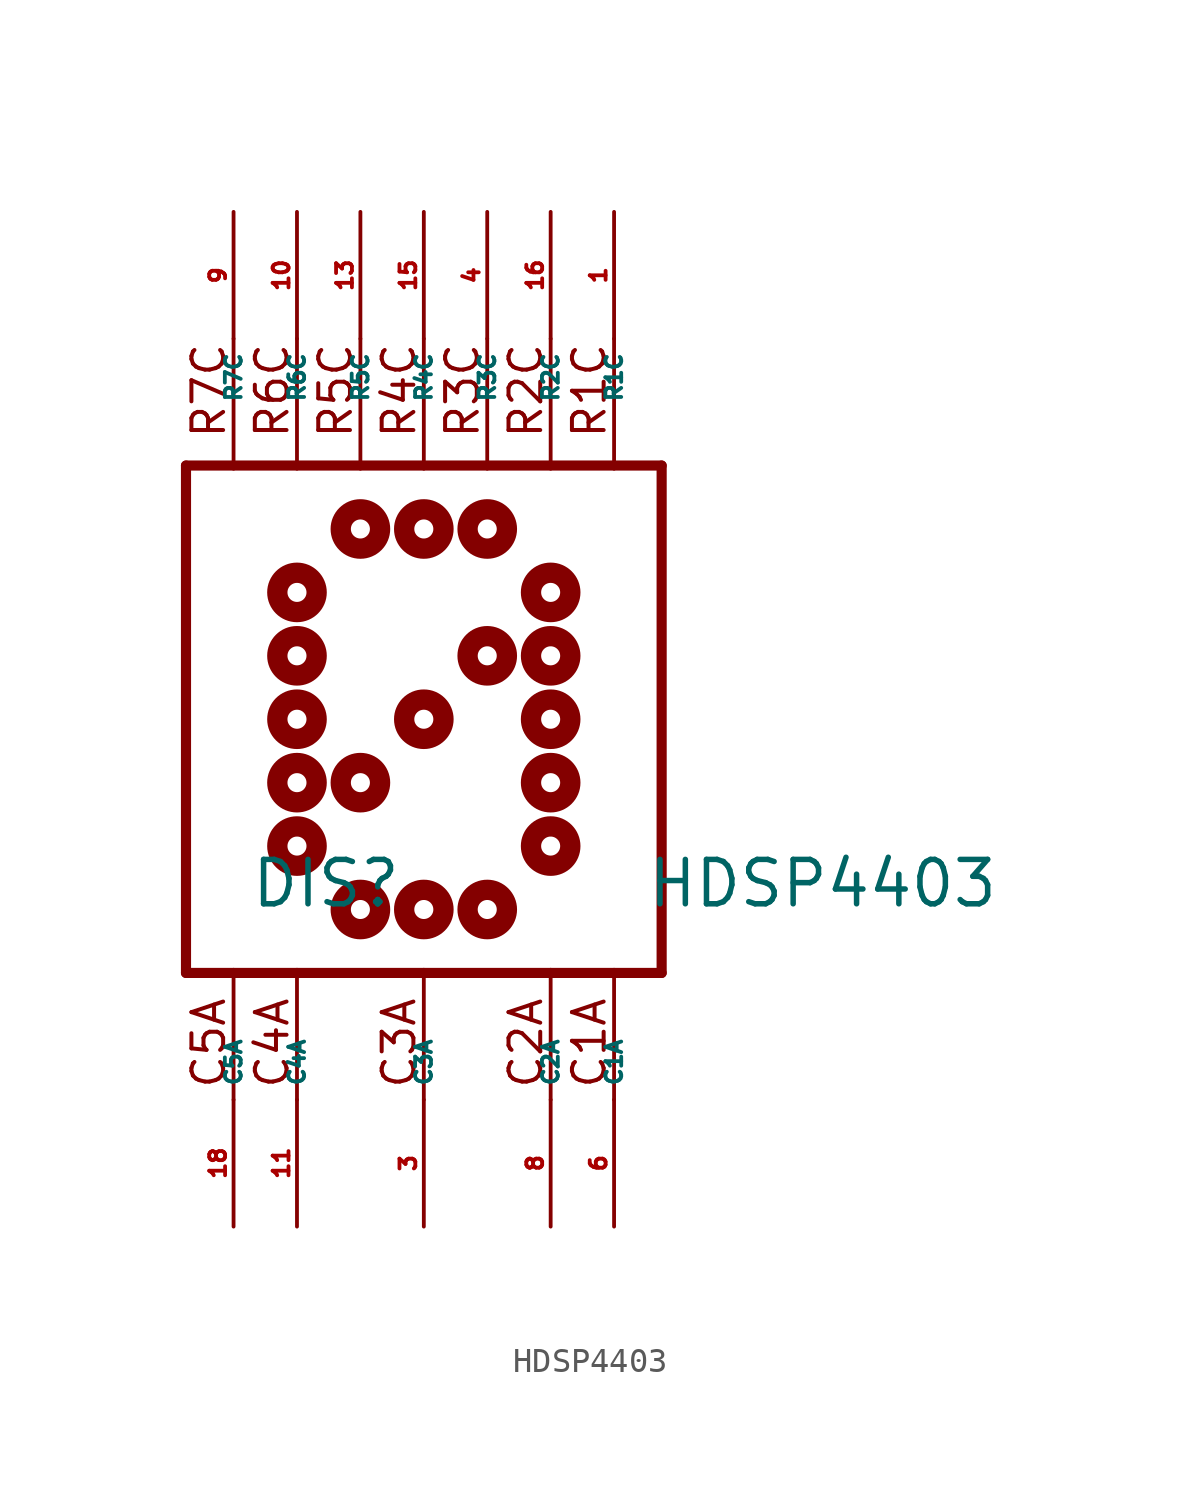
<source format=kicad_sym>
(kicad_symbol_lib
  (version 20220914)
  (generator Eagle2Kicad)
  (symbol "HDSP4403"
    (property "Reference" "DIS"
      (at -6.985 -7.62 0)
      (effects (font (size 1.778 1.778) (thickness 0.22)) (justify left bottom)))
    (property "Value" "HDSP4403"
      (at 8.89 -7.62 0)
      (effects (font (size 1.778 1.778) (thickness 0.22)) (justify left bottom)))
    (polyline
      (pts (xy -9.525 10.16) (xy 9.525 10.16))
      (stroke (width 0.406) (type default))
      (fill (type none)))
    (polyline
      (pts (xy 9.525 -10.16) (xy 9.525 10.16))
      (stroke (width 0.406) (type default))
      (fill (type none)))
    (polyline
      (pts (xy 9.525 -10.16) (xy -9.525 -10.16))
      (stroke (width 0.406) (type default))
      (fill (type none)))
    (polyline
      (pts (xy -9.525 10.16) (xy -9.525 -10.16))
      (stroke (width 0.406) (type default))
      (fill (type none)))
    (polyline
      (pts (xy 7.62 -10.033) (xy 7.62 -15.24))
      (stroke (width 0.152) (type default))
      (fill (type none)))
    (polyline
      (pts (xy 5.08 -10.033) (xy 5.08 -15.24))
      (stroke (width 0.152) (type default))
      (fill (type none)))
    (polyline
      (pts (xy 0 -10.033) (xy 0 -15.24))
      (stroke (width 0.152) (type default))
      (fill (type none)))
    (polyline
      (pts (xy -5.08 -10.033) (xy -5.08 -15.24))
      (stroke (width 0.152) (type default))
      (fill (type none)))
    (polyline
      (pts (xy -7.62 -10.033) (xy -7.62 -15.24))
      (stroke (width 0.152) (type default))
      (fill (type none)))
    (polyline
      (pts (xy 7.62 15.24) (xy 7.62 10.033))
      (stroke (width 0.152) (type default))
      (fill (type none)))
    (polyline
      (pts (xy 5.08 15.24) (xy 5.08 10.033))
      (stroke (width 0.152) (type default))
      (fill (type none)))
    (polyline
      (pts (xy 2.54 15.24) (xy 2.54 10.033))
      (stroke (width 0.152) (type default))
      (fill (type none)))
    (polyline
      (pts (xy 0 15.24) (xy 0 10.033))
      (stroke (width 0.152) (type default))
      (fill (type none)))
    (polyline
      (pts (xy -2.54 15.24) (xy -2.54 10.033))
      (stroke (width 0.152) (type default))
      (fill (type none)))
    (polyline
      (pts (xy -5.08 15.24) (xy -5.08 10.033))
      (stroke (width 0.152) (type default))
      (fill (type none)))
    (polyline
      (pts (xy -7.62 15.24) (xy -7.62 10.033))
      (stroke (width 0.152) (type default))
      (fill (type none)))
    (text "R1C"
      (at 7.366 11.176 900)
      (effects (font (size 1.27 1.27) (thickness 0.16)) (justify left bottom)))
    (text "R2C"
      (at 4.826 11.176 900)
      (effects (font (size 1.27 1.27) (thickness 0.16)) (justify left bottom)))
    (text "R3C"
      (at 2.286 11.176 900)
      (effects (font (size 1.27 1.27) (thickness 0.16)) (justify left bottom)))
    (text "R4C"
      (at -0.254 11.176 900)
      (effects (font (size 1.27 1.27) (thickness 0.16)) (justify left bottom)))
    (text "R5C"
      (at -2.794 11.176 900)
      (effects (font (size 1.27 1.27) (thickness 0.16)) (justify left bottom)))
    (text "R6C"
      (at -5.334 11.176 900)
      (effects (font (size 1.27 1.27) (thickness 0.16)) (justify left bottom)))
    (text "R7C"
      (at -7.874 11.176 900)
      (effects (font (size 1.27 1.27) (thickness 0.16)) (justify left bottom)))
    (text "C1A"
      (at 7.366 -14.859 900)
      (effects (font (size 1.27 1.27) (thickness 0.16)) (justify left bottom)))
    (text "C2A"
      (at 4.826 -14.859 900)
      (effects (font (size 1.27 1.27) (thickness 0.16)) (justify left bottom)))
    (text "C3A"
      (at -0.254 -14.859 900)
      (effects (font (size 1.27 1.27) (thickness 0.16)) (justify left bottom)))
    (text "C4A"
      (at -5.334 -14.859 900)
      (effects (font (size 1.27 1.27) (thickness 0.16)) (justify left bottom)))
    (text "C5A"
      (at -7.874 -14.859 900)
      (effects (font (size 1.27 1.27) (thickness 0.16)) (justify left bottom)))
    (circle
      (center 0 0)
      (radius 0.381)
      (stroke (width 0.813) (type default))
      (fill (type none)))
    (circle
      (center 5.08 0)
      (radius 0.381)
      (stroke (width 0.813) (type default))
      (fill (type none)))
    (circle
      (center 5.08 2.54)
      (radius 0.381)
      (stroke (width 0.813) (type default))
      (fill (type none)))
    (circle
      (center 5.08 -2.54)
      (radius 0.381)
      (stroke (width 0.813) (type default))
      (fill (type none)))
    (circle
      (center 2.54 -7.62)
      (radius 0.381)
      (stroke (width 0.813) (type default))
      (fill (type none)))
    (circle
      (center 0 -7.62)
      (radius 0.381)
      (stroke (width 0.813) (type default))
      (fill (type none)))
    (circle
      (center -2.54 -7.62)
      (radius 0.381)
      (stroke (width 0.813) (type default))
      (fill (type none)))
    (circle
      (center -5.08 -5.08)
      (radius 0.381)
      (stroke (width 0.813) (type default))
      (fill (type none)))
    (circle
      (center 5.08 -5.08)
      (radius 0.381)
      (stroke (width 0.813) (type default))
      (fill (type none)))
    (circle
      (center -5.08 -2.54)
      (radius 0.381)
      (stroke (width 0.813) (type default))
      (fill (type none)))
    (circle
      (center -5.08 0)
      (radius 0.381)
      (stroke (width 0.813) (type default))
      (fill (type none)))
    (circle
      (center -5.08 2.54)
      (radius 0.381)
      (stroke (width 0.813) (type default))
      (fill (type none)))
    (circle
      (center -5.08 5.08)
      (radius 0.381)
      (stroke (width 0.813) (type default))
      (fill (type none)))
    (circle
      (center -2.54 7.62)
      (radius 0.381)
      (stroke (width 0.813) (type default))
      (fill (type none)))
    (circle
      (center 0 7.62)
      (radius 0.381)
      (stroke (width 0.813) (type default))
      (fill (type none)))
    (circle
      (center 2.54 7.62)
      (radius 0.381)
      (stroke (width 0.813) (type default))
      (fill (type none)))
    (circle
      (center 5.08 5.08)
      (radius 0.381)
      (stroke (width 0.813) (type default))
      (fill (type none)))
    (circle
      (center 2.54 2.54)
      (radius 0.381)
      (stroke (width 0.813) (type default))
      (fill (type none)))
    (circle
      (center -2.54 -2.54)
      (radius 0.381)
      (stroke (width 0.813) (type default))
      (fill (type none)))
    (pin passive line
      (at 7.62 -20.32 90)
      (length 5.08)
      (name "C1A" (effects (font (size 0.635 0.635) (thickness 0.08)) (justify left bottom)))
      (number "6" (effects (font (size 0.635 0.635) (thickness 0.08)) (justify left bottom))))
    (pin passive line
      (at 5.08 -20.32 90)
      (length 5.08)
      (name "C2A" (effects (font (size 0.635 0.635) (thickness 0.08)) (justify left bottom)))
      (number "8" (effects (font (size 0.635 0.635) (thickness 0.08)) (justify left bottom))))
    (pin passive line
      (at 0 -20.32 90)
      (length 5.08)
      (name "C3A" (effects (font (size 0.635 0.635) (thickness 0.08)) (justify left bottom)))
      (number "3" (effects (font (size 0.635 0.635) (thickness 0.08)) (justify left bottom))))
    (pin passive line
      (at -5.08 -20.32 90)
      (length 5.08)
      (name "C4A" (effects (font (size 0.635 0.635) (thickness 0.08)) (justify left bottom)))
      (number "11" (effects (font (size 0.635 0.635) (thickness 0.08)) (justify left bottom))))
    (pin passive line
      (at -7.62 -20.32 90)
      (length 5.08)
      (name "C5A" (effects (font (size 0.635 0.635) (thickness 0.08)) (justify left bottom)))
      (number "18" (effects (font (size 0.635 0.635) (thickness 0.08)) (justify left bottom))))
    (pin passive line
      (at -7.62 20.32 270)
      (length 5.08)
      (name "R7C" (effects (font (size 0.635 0.635) (thickness 0.08)) (justify left bottom)))
      (number "9" (effects (font (size 0.635 0.635) (thickness 0.08)) (justify left bottom))))
    (pin passive line
      (at 7.62 20.32 270)
      (length 5.08)
      (name "R1C" (effects (font (size 0.635 0.635) (thickness 0.08)) (justify left bottom)))
      (number "1" (effects (font (size 0.635 0.635) (thickness 0.08)) (justify left bottom))))
    (pin passive line
      (at 5.08 20.32 270)
      (length 5.08)
      (name "R2C" (effects (font (size 0.635 0.635) (thickness 0.08)) (justify left bottom)))
      (number "16" (effects (font (size 0.635 0.635) (thickness 0.08)) (justify left bottom))))
    (pin passive line
      (at 2.54 20.32 270)
      (length 5.08)
      (name "R3C" (effects (font (size 0.635 0.635) (thickness 0.08)) (justify left bottom)))
      (number "4" (effects (font (size 0.635 0.635) (thickness 0.08)) (justify left bottom))))
    (pin passive line
      (at 0 20.32 270)
      (length 5.08)
      (name "R4C" (effects (font (size 0.635 0.635) (thickness 0.08)) (justify left bottom)))
      (number "15" (effects (font (size 0.635 0.635) (thickness 0.08)) (justify left bottom))))
    (pin passive line
      (at -2.54 20.32 270)
      (length 5.08)
      (name "R5C" (effects (font (size 0.635 0.635) (thickness 0.08)) (justify left bottom)))
      (number "13" (effects (font (size 0.635 0.635) (thickness 0.08)) (justify left bottom))))
    (pin passive line
      (at -5.08 20.32 270)
      (length 5.08)
      (name "R6C" (effects (font (size 0.635 0.635) (thickness 0.08)) (justify left bottom)))
      (number "10" (effects (font (size 0.635 0.635) (thickness 0.08)) (justify left bottom))))))
</source>
